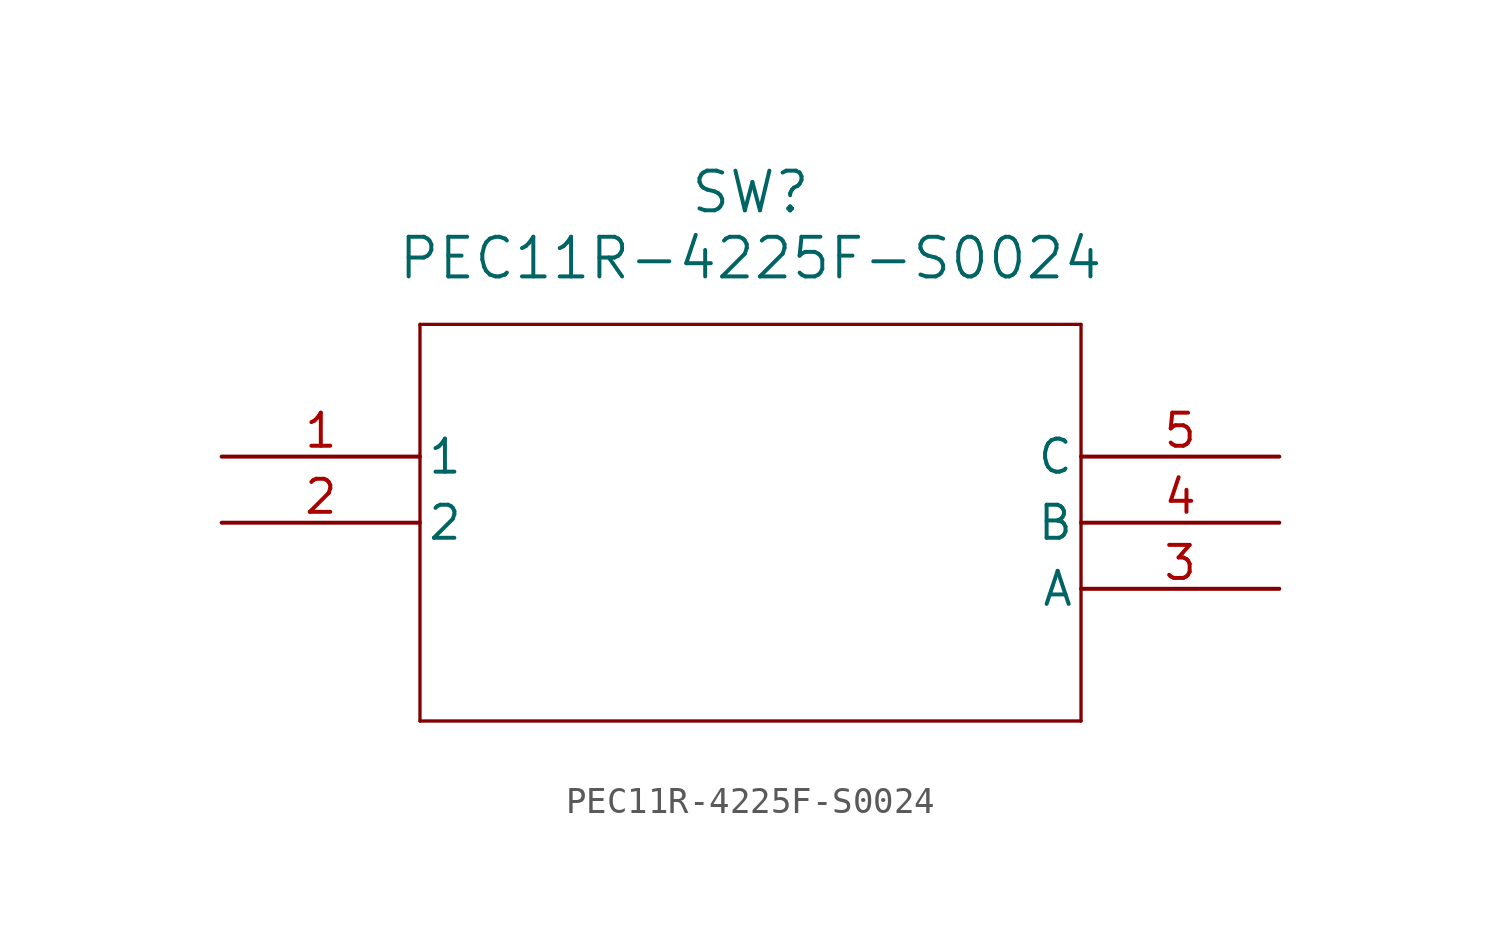
<source format=kicad_sym>
(kicad_symbol_lib
  (version 20211014)
  (generator kicad_symbol_editor)
  (symbol "PEC11R-4225F-S0024"
    (pin_names
      (offset 0.254))
    (property "Reference" "SW"
      (at 20.32 10.16 0)
      (effects (font (size 1.524 1.524))))
    (property "Value" "PEC11R-4225F-S0024"
      (at 20.32 7.62 0)
      (effects (font (size 1.524 1.524))))
    (symbol "PEC11R-4225F-S0024_0_1"
      (polyline (pts (xy 7.62 5.08) (xy 7.62 -10.16)) (stroke (width 0.127) (type default) (color 0 0 0 0)) (fill (type none)))
      (polyline (pts (xy 7.62 -10.16) (xy 33.02 -10.16)) (stroke (width 0.127) (type default) (color 0 0 0 0)) (fill (type none)))
      (polyline (pts (xy 33.02 -10.16) (xy 33.02 5.08)) (stroke (width 0.127) (type default) (color 0 0 0 0)) (fill (type none)))
      (polyline (pts (xy 33.02 5.08) (xy 7.62 5.08)) (stroke (width 0.127) (type default) (color 0 0 0 0)) (fill (type none)))
      (pin unspecified line (at 0 0 0) (length 7.62) (name "1" (effects (font (size 1.27 1.27)))) (number "1" (effects (font (size 1.27 1.27)))))
      (pin unspecified line (at 0 -2.54 0) (length 7.62) (name "2" (effects (font (size 1.27 1.27)))) (number "2" (effects (font (size 1.27 1.27)))))
      (pin unspecified line (at 40.64 -5.08 180) (length 7.62) (name "A" (effects (font (size 1.27 1.27)))) (number "3" (effects (font (size 1.27 1.27)))))
      (pin unspecified line (at 40.64 -2.54 180) (length 7.62) (name "B" (effects (font (size 1.27 1.27)))) (number "4" (effects (font (size 1.27 1.27)))))
      (pin unspecified line (at 40.64 0 180) (length 7.62) (name "C" (effects (font (size 1.27 1.27)))) (number "5" (effects (font (size 1.27 1.27))))))))
</source>
